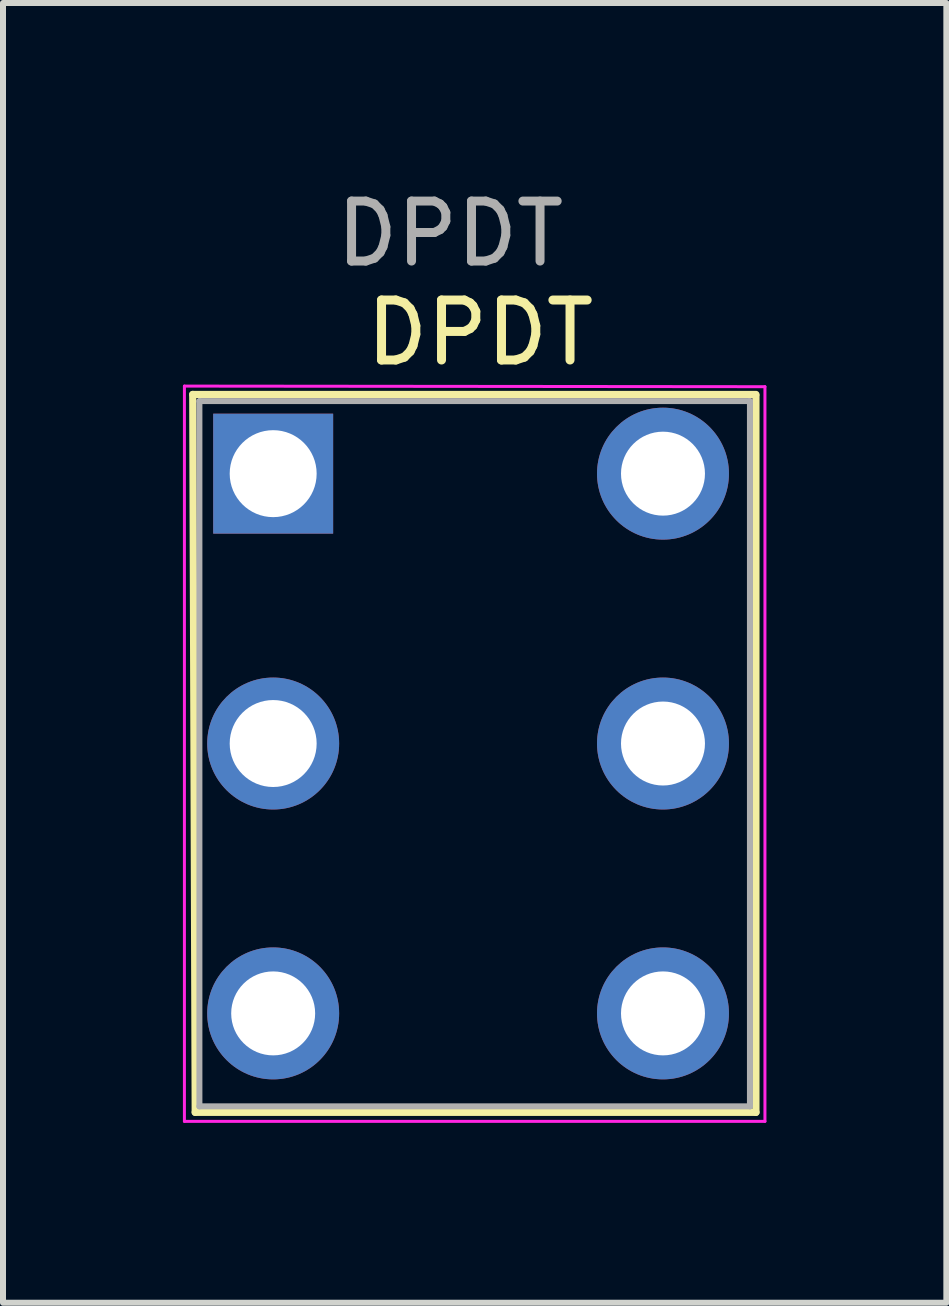
<source format=kicad_pcb>
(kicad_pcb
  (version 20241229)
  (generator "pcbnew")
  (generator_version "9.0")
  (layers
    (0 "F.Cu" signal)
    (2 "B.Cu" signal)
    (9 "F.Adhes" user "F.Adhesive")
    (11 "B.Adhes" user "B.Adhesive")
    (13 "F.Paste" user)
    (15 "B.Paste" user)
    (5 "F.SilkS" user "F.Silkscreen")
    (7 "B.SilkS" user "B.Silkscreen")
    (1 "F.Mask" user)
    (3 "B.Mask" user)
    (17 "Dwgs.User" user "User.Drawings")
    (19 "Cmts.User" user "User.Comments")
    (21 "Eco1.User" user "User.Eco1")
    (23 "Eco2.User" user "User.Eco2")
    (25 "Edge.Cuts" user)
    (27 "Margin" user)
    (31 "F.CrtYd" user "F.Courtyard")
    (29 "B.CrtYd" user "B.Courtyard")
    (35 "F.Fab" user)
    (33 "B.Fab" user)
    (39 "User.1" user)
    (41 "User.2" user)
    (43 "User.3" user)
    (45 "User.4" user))
  (footprint "DPDT"
    (layer "F.Cu")
    (at 1.505 4.848)
    (property "Reference" "DPDT" (at 3.45 -2.35 0) (layer "F.SilkS") (effects (font (size 1 1) (thickness 0.15))))
    (attr through_hole)
    (fp_line (start -1.341 -1.321) (end 8.05 -1.321) (stroke (width 0.12) (type solid)) (layer "F.SilkS"))
    (fp_line (start -1.3 10.65) (end -1.341 -1.321) (stroke (width 0.12) (type solid)) (layer "F.SilkS"))
    (fp_line (start -1.3 10.65) (end 8.05 10.65) (stroke (width 0.12) (type solid)) (layer "F.SilkS"))
    (fp_line (start 8.05 -1.3) (end 8.05 10.65) (stroke (width 0.12) (type solid)) (layer "F.SilkS"))
    (fp_line (start -1.48 10.8) (end -1.48 -1.46) (stroke (width 0.05) (type solid)) (layer "F.CrtYd"))
    (fp_line (start -1.48 10.8) (end 8.2 10.8) (stroke (width 0.05) (type solid)) (layer "F.CrtYd"))
    (fp_line (start 8.2 -1.45) (end -1.48 -1.46) (stroke (width 0.05) (type solid)) (layer "F.CrtYd"))
    (fp_line (start 8.2 -1.45) (end 8.2 10.8) (stroke (width 0.05) (type solid)) (layer "F.CrtYd"))
    (fp_line (start -1.23 -1.21) (end 7.95 -1.21) (stroke (width 0.1) (type solid)) (layer "F.Fab"))
    (fp_line (start -1.23 10.55) (end -1.23 -1.21) (stroke (width 0.1) (type solid)) (layer "F.Fab"))
    (fp_line (start -1.23 10.55) (end 7.95 10.55) (stroke (width 0.1) (type solid)) (layer "F.Fab"))
    (fp_line (start 7.95 10.55) (end 7.95 -1.21) (stroke (width 0.1) (type solid)) (layer "F.Fab"))
    (fp_text user "${REFERENCE}" (at 2.95 -4 0) (layer "F.Fab") (effects (font (size 1 1) (thickness 0.15))))
    (pad "1" thru_hole rect (at 0 0) (size 2 2) (drill 1.45) (layers "*.Cu" "*.Mask"))
    (pad "2" thru_hole circle (at 0 4.5) (size 2.2 2.2) (drill 1.45) (layers "*.Cu" "*.Mask"))
    (pad "3" thru_hole circle (at 0 9) (size 2.2 2.2) (drill 1.4) (layers "*.Cu" "*.Mask"))
    (pad "4" thru_hole circle (at 6.5 9) (size 2.2 2.2) (drill 1.4) (layers "*.Cu" "*.Mask"))
    (pad "5" thru_hole circle (at 6.5 4.5) (size 2.2 2.2) (drill 1.4) (layers "*.Cu" "*.Mask"))
    (pad "6" thru_hole circle (at 6.5 0) (size 2.2 2.2) (drill 1.4) (layers "*.Cu" "*.Mask")))
  (gr_rect
    (start -3 -3)
    (end 12.73 18.673)
    (stroke (width 0.1) (type default))
    (fill no)
    (layer "Edge.Cuts")))
</source>
